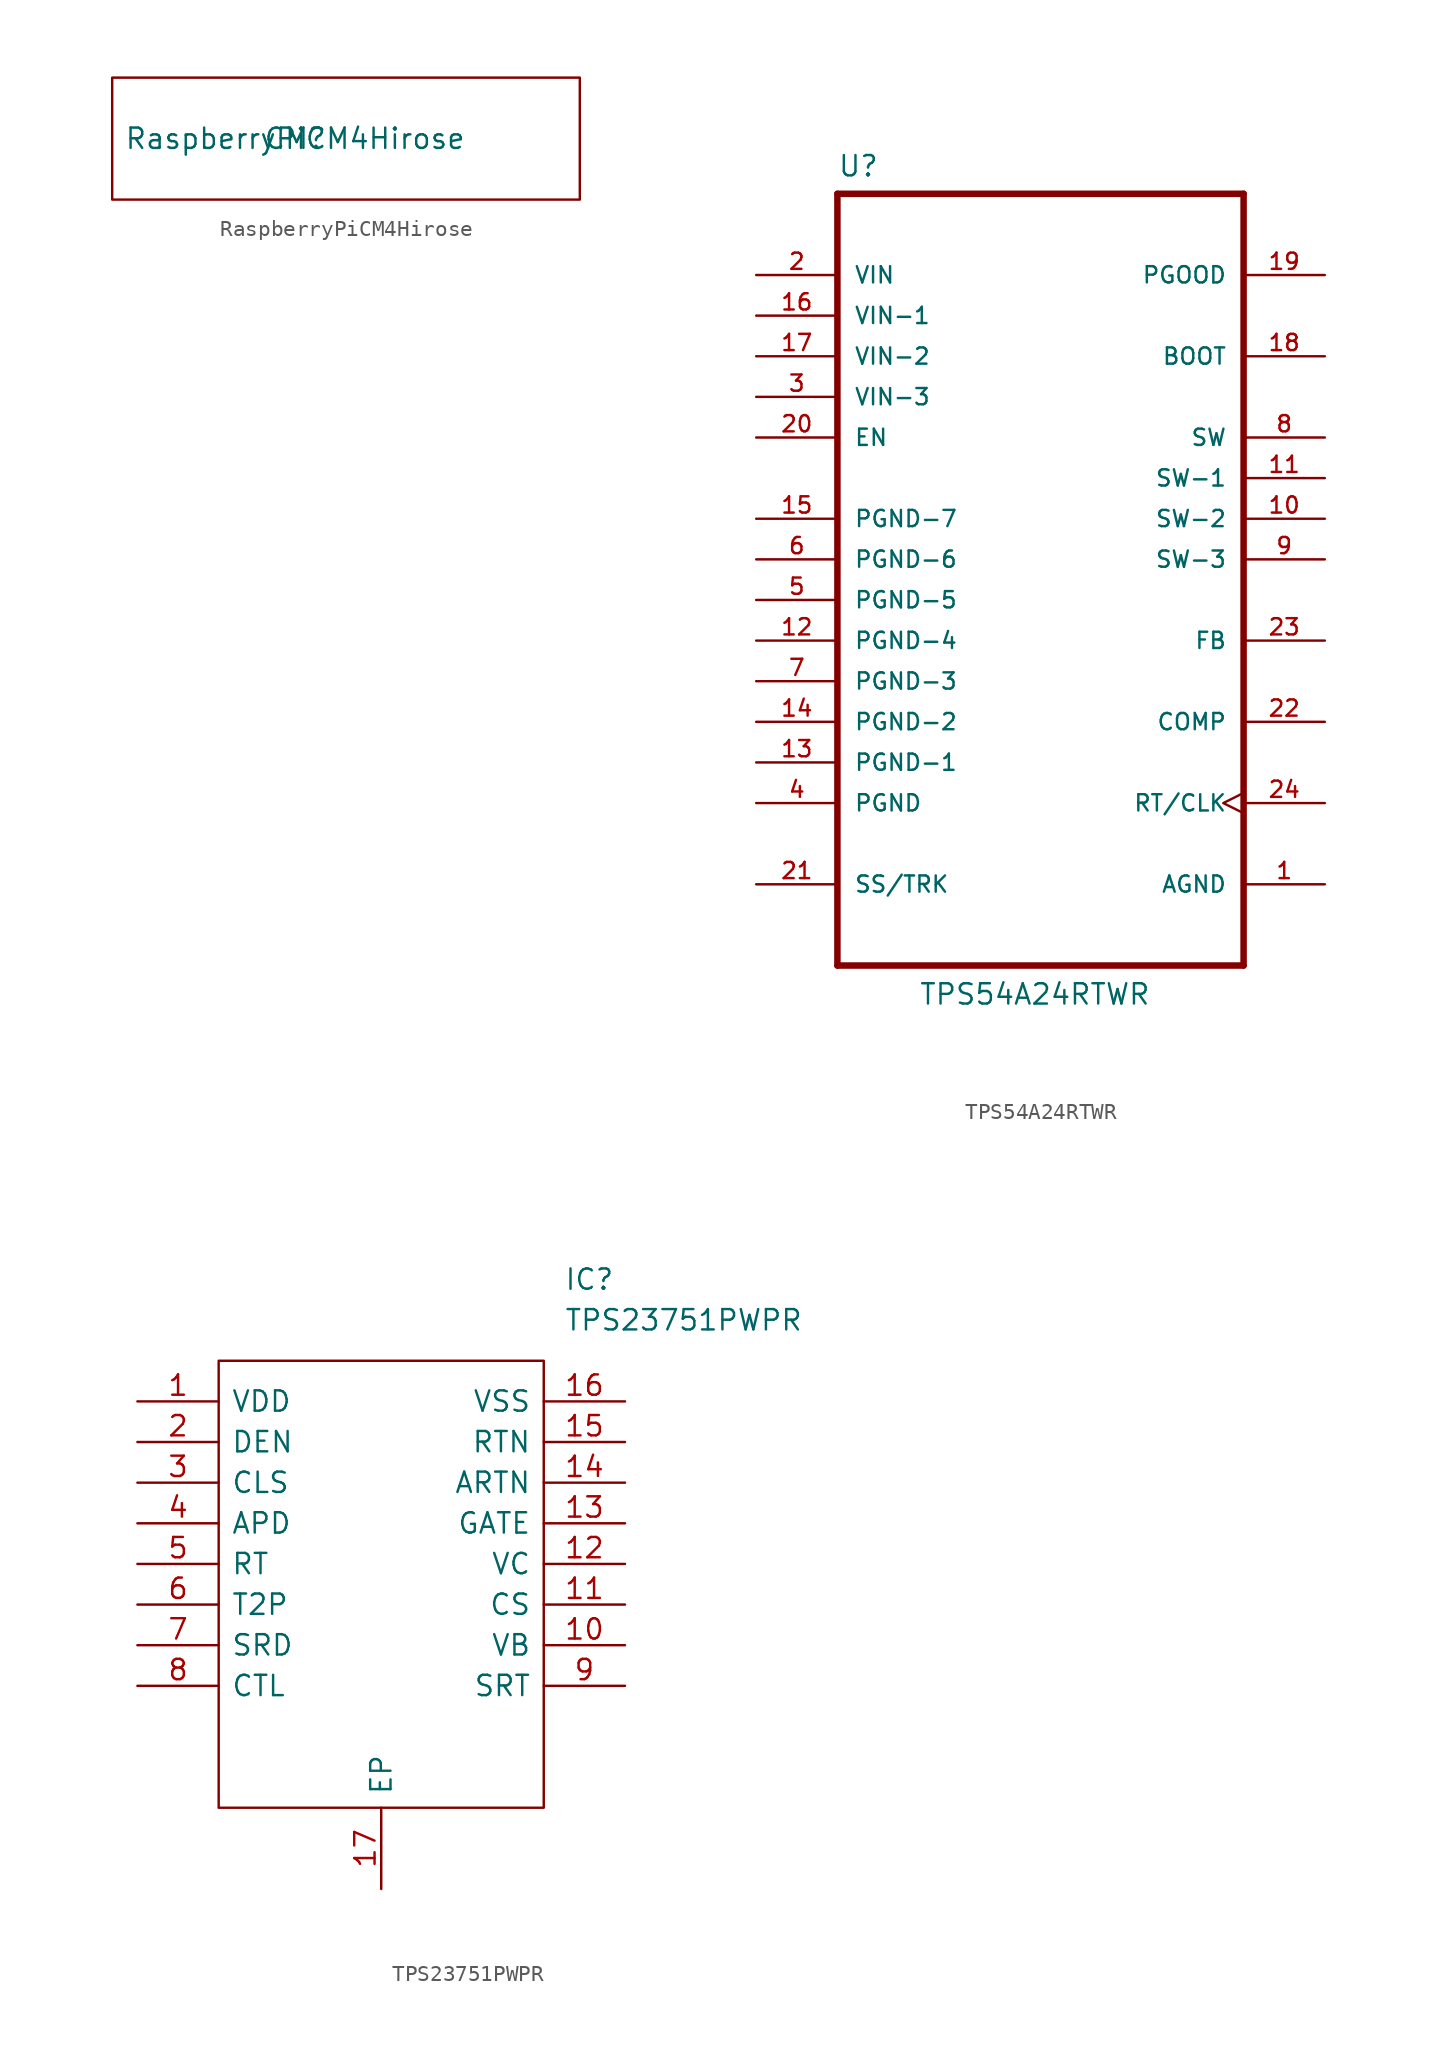
<source format=kicad_sym>
(kicad_symbol_lib
  (version 20201005)
  (generator kicad_symbol_editor)
  (symbol "AP3000:RaspberryPiCM4Hirose"
    (property "Reference" "CM"
      (at 0 0 0)
      (effects (font (size 1.27 1.27))))
    (property "Value" "RaspberryPiCM4Hirose"
      (at 0 0 0)
      (effects (font (size 1.27 1.27))))
    (symbol "RaspberryPiCM4Hirose_0_1"
      (rectangle (start -11.43 3.81) (end 17.78 -3.81) (stroke (width 0.152)) (fill (type none)))))
  (symbol "AP3000:TPS54A24RTWR"
    (pin_names
      (offset 1.016))
    (property "Reference" "U"
      (at -12.7 23.851 0)
      (effects (font (size 1.27 1.27)) (justify left bottom)))
    (property "Value" "TPS54A24RTWR"
      (at -7.62 -27.94 0)
      (effects (font (size 1.27 1.27)) (justify left bottom)))
    (property "ki_locked" ""
      (at 0 0 0)
      (effects (font (size 1.27 1.27))))
    (symbol "TPS54A24RTWR_0_0"
      (polyline (pts (xy -12.7 -25.4) (xy -12.7 22.86)) (stroke (width 0.406)) (fill (type none)))
      (polyline (pts (xy -12.7 22.86) (xy 12.7 22.86)) (stroke (width 0.406)) (fill (type none)))
      (polyline (pts (xy 12.7 -25.4) (xy -12.7 -25.4)) (stroke (width 0.406)) (fill (type none)))
      (polyline (pts (xy 12.7 22.86) (xy 12.7 -25.4)) (stroke (width 0.406)) (fill (type none)))
      (pin power_in line (at 17.78 -20.32 180) (length 5.08) (name "AGND" (effects (font (size 1.016 1.016)))) (number "1" (effects (font (size 1.016 1.016)))))
      (pin bidirectional line (at 17.78 2.54 180) (length 5.08) (name "SW-2" (effects (font (size 1.016 1.016)))) (number "10" (effects (font (size 1.016 1.016)))))
      (pin bidirectional line (at 17.78 5.08 180) (length 5.08) (name "SW-1" (effects (font (size 1.016 1.016)))) (number "11" (effects (font (size 1.016 1.016)))))
      (pin power_in line (at -17.78 -5.08 0) (length 5.08) (name "PGND-4" (effects (font (size 1.016 1.016)))) (number "12" (effects (font (size 1.016 1.016)))))
      (pin power_in line (at -17.78 -12.7 0) (length 5.08) (name "PGND-1" (effects (font (size 1.016 1.016)))) (number "13" (effects (font (size 1.016 1.016)))))
      (pin power_in line (at -17.78 -10.16 0) (length 5.08) (name "PGND-2" (effects (font (size 1.016 1.016)))) (number "14" (effects (font (size 1.016 1.016)))))
      (pin power_in line (at -17.78 2.54 0) (length 5.08) (name "PGND-7" (effects (font (size 1.016 1.016)))) (number "15" (effects (font (size 1.016 1.016)))))
      (pin input line (at -17.78 15.24 0) (length 5.08) (name "VIN-1" (effects (font (size 1.016 1.016)))) (number "16" (effects (font (size 1.016 1.016)))))
      (pin input line (at -17.78 12.7 0) (length 5.08) (name "VIN-2" (effects (font (size 1.016 1.016)))) (number "17" (effects (font (size 1.016 1.016)))))
      (pin bidirectional line (at 17.78 12.7 180) (length 5.08) (name "BOOT" (effects (font (size 1.016 1.016)))) (number "18" (effects (font (size 1.016 1.016)))))
      (pin bidirectional line (at 17.78 17.78 180) (length 5.08) (name "PGOOD" (effects (font (size 1.016 1.016)))) (number "19" (effects (font (size 1.016 1.016)))))
      (pin input line (at -17.78 17.78 0) (length 5.08) (name "VIN" (effects (font (size 1.016 1.016)))) (number "2" (effects (font (size 1.016 1.016)))))
      (pin bidirectional line (at -17.78 7.62 0) (length 5.08) (name "EN" (effects (font (size 1.016 1.016)))) (number "20" (effects (font (size 1.016 1.016)))))
      (pin bidirectional line (at -17.78 -20.32 0) (length 5.08) (name "SS/TRK" (effects (font (size 1.016 1.016)))) (number "21" (effects (font (size 1.016 1.016)))))
      (pin bidirectional line (at 17.78 -10.16 180) (length 5.08) (name "COMP" (effects (font (size 1.016 1.016)))) (number "22" (effects (font (size 1.016 1.016)))))
      (pin bidirectional line (at 17.78 -5.08 180) (length 5.08) (name "FB" (effects (font (size 1.016 1.016)))) (number "23" (effects (font (size 1.016 1.016)))))
      (pin input clock (at 17.78 -15.24 180) (length 5.08) (name "RT/CLK" (effects (font (size 1.016 1.016)))) (number "24" (effects (font (size 1.016 1.016)))))
      (pin input line (at -17.78 10.16 0) (length 5.08) (name "VIN-3" (effects (font (size 1.016 1.016)))) (number "3" (effects (font (size 1.016 1.016)))))
      (pin power_in line (at -17.78 -15.24 0) (length 5.08) (name "PGND" (effects (font (size 1.016 1.016)))) (number "4" (effects (font (size 1.016 1.016)))))
      (pin power_in line (at -17.78 -2.54 0) (length 5.08) (name "PGND-5" (effects (font (size 1.016 1.016)))) (number "5" (effects (font (size 1.016 1.016)))))
      (pin power_in line (at -17.78 0 0) (length 5.08) (name "PGND-6" (effects (font (size 1.016 1.016)))) (number "6" (effects (font (size 1.016 1.016)))))
      (pin power_in line (at -17.78 -7.62 0) (length 5.08) (name "PGND-3" (effects (font (size 1.016 1.016)))) (number "7" (effects (font (size 1.016 1.016)))))
      (pin bidirectional line (at 17.78 7.62 180) (length 5.08) (name "SW" (effects (font (size 1.016 1.016)))) (number "8" (effects (font (size 1.016 1.016)))))
      (pin bidirectional line (at 17.78 0 180) (length 5.08) (name "SW-3" (effects (font (size 1.016 1.016)))) (number "9" (effects (font (size 1.016 1.016)))))))
  (symbol "AP3000:TPS23751PWPR"
    (pin_names
      (offset 0.762))
    (property "Reference" "IC"
      (at 26.67 7.62 0)
      (effects (font (size 1.27 1.27)) (justify left)))
    (property "Value" "TPS23751PWPR"
      (at 26.67 5.08 0)
      (effects (font (size 1.27 1.27)) (justify left)))
    (symbol "TPS23751PWPR_0_0"
      (pin passive line (at 0 0 0) (length 5.08) (name "VDD" (effects (font (size 1.27 1.27)))) (number "1" (effects (font (size 1.27 1.27)))))
      (pin passive line (at 30.48 -15.24 180) (length 5.08) (name "VB" (effects (font (size 1.27 1.27)))) (number "10" (effects (font (size 1.27 1.27)))))
      (pin passive line (at 30.48 -12.7 180) (length 5.08) (name "CS" (effects (font (size 1.27 1.27)))) (number "11" (effects (font (size 1.27 1.27)))))
      (pin passive line (at 30.48 -10.16 180) (length 5.08) (name "VC" (effects (font (size 1.27 1.27)))) (number "12" (effects (font (size 1.27 1.27)))))
      (pin passive line (at 30.48 -7.62 180) (length 5.08) (name "GATE" (effects (font (size 1.27 1.27)))) (number "13" (effects (font (size 1.27 1.27)))))
      (pin passive line (at 30.48 -5.08 180) (length 5.08) (name "ARTN" (effects (font (size 1.27 1.27)))) (number "14" (effects (font (size 1.27 1.27)))))
      (pin passive line (at 30.48 -2.54 180) (length 5.08) (name "RTN" (effects (font (size 1.27 1.27)))) (number "15" (effects (font (size 1.27 1.27)))))
      (pin passive line (at 30.48 0 180) (length 5.08) (name "VSS" (effects (font (size 1.27 1.27)))) (number "16" (effects (font (size 1.27 1.27)))))
      (pin passive line (at 15.24 -30.48 90) (length 5.08) (name "EP" (effects (font (size 1.27 1.27)))) (number "17" (effects (font (size 1.27 1.27)))))
      (pin passive line (at 0 -2.54 0) (length 5.08) (name "DEN" (effects (font (size 1.27 1.27)))) (number "2" (effects (font (size 1.27 1.27)))))
      (pin passive line (at 0 -5.08 0) (length 5.08) (name "CLS" (effects (font (size 1.27 1.27)))) (number "3" (effects (font (size 1.27 1.27)))))
      (pin passive line (at 0 -7.62 0) (length 5.08) (name "APD" (effects (font (size 1.27 1.27)))) (number "4" (effects (font (size 1.27 1.27)))))
      (pin passive line (at 0 -10.16 0) (length 5.08) (name "RT" (effects (font (size 1.27 1.27)))) (number "5" (effects (font (size 1.27 1.27)))))
      (pin passive line (at 0 -12.7 0) (length 5.08) (name "T2P" (effects (font (size 1.27 1.27)))) (number "6" (effects (font (size 1.27 1.27)))))
      (pin passive line (at 0 -15.24 0) (length 5.08) (name "SRD" (effects (font (size 1.27 1.27)))) (number "7" (effects (font (size 1.27 1.27)))))
      (pin passive line (at 0 -17.78 0) (length 5.08) (name "CTL" (effects (font (size 1.27 1.27)))) (number "8" (effects (font (size 1.27 1.27)))))
      (pin passive line (at 30.48 -17.78 180) (length 5.08) (name "SRT" (effects (font (size 1.27 1.27)))) (number "9" (effects (font (size 1.27 1.27))))))
    (symbol "TPS23751PWPR_0_1"
      (polyline (pts (xy 5.08 2.54) (xy 25.4 2.54) (xy 25.4 -25.4) (xy 5.08 -25.4) (xy 5.08 2.54)) (stroke (width 0.152)) (fill (type none))))))
</source>
